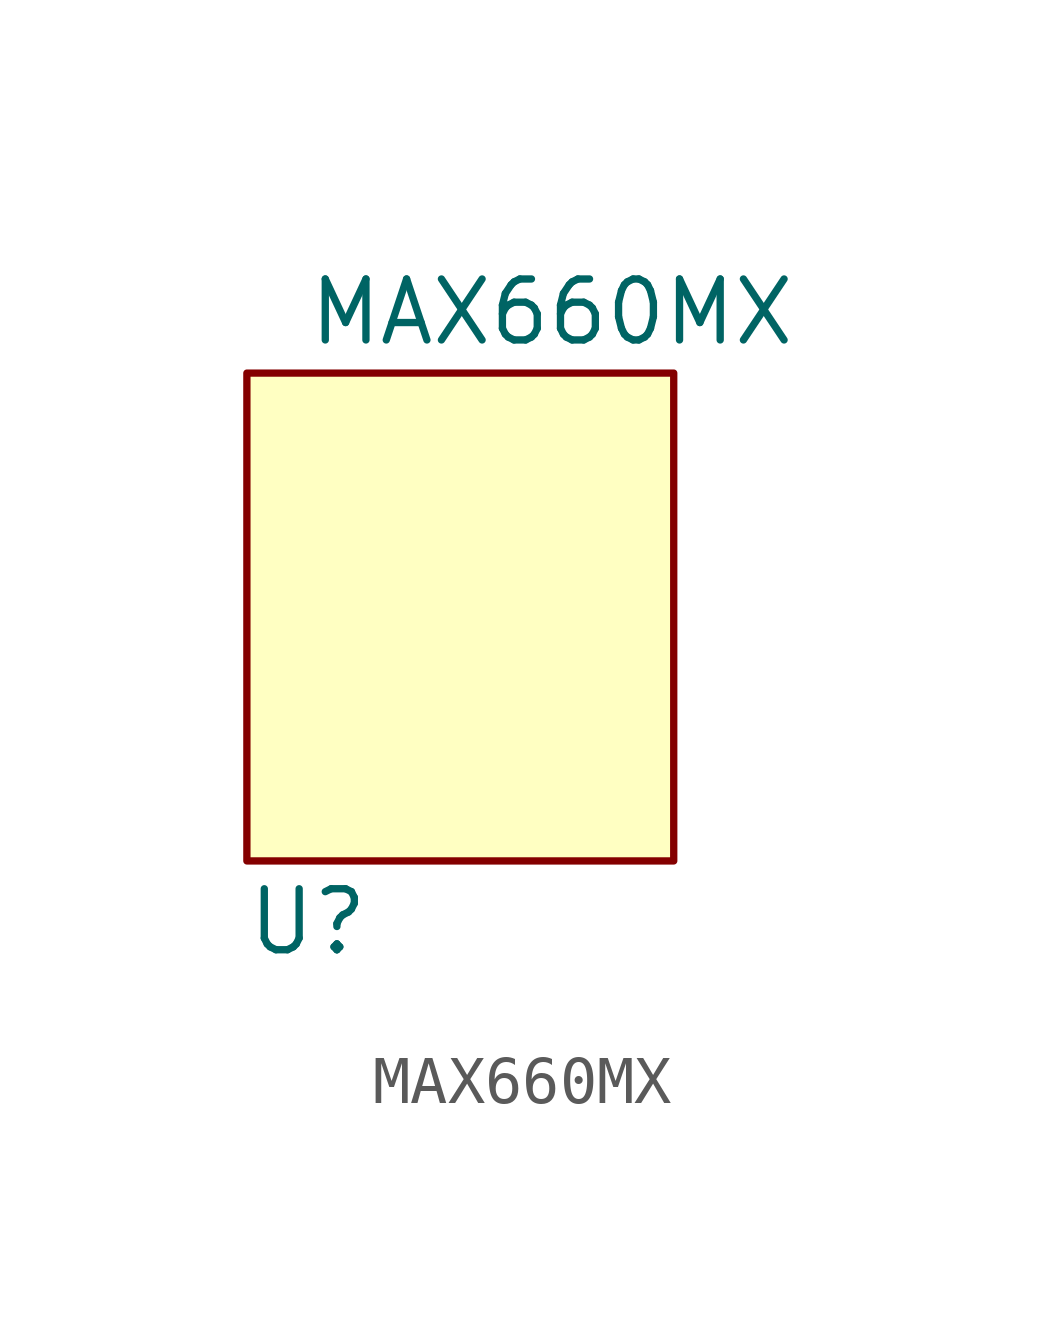
<source format=kicad_sym>
(kicad_symbol_lib
  (version 20211014)
  (generator kicad_symbol_editor)
  (symbol "MAX660MX"
    (property "Reference" "U"
      (at -2.54 -3.81 0)
      (effects (font (size 1.27 1.27))))
    (property "Value" "MAX660MX"
      (at 2.54 8.89 0)
      (effects (font (size 1.27 1.27))))
    (symbol "MAX660MX_0_1"
      (rectangle (start -3.81 7.62) (end 5.08 -2.54) (stroke (width 0) (type default) (color 0 0 0 0)) (fill (type background))))))
</source>
